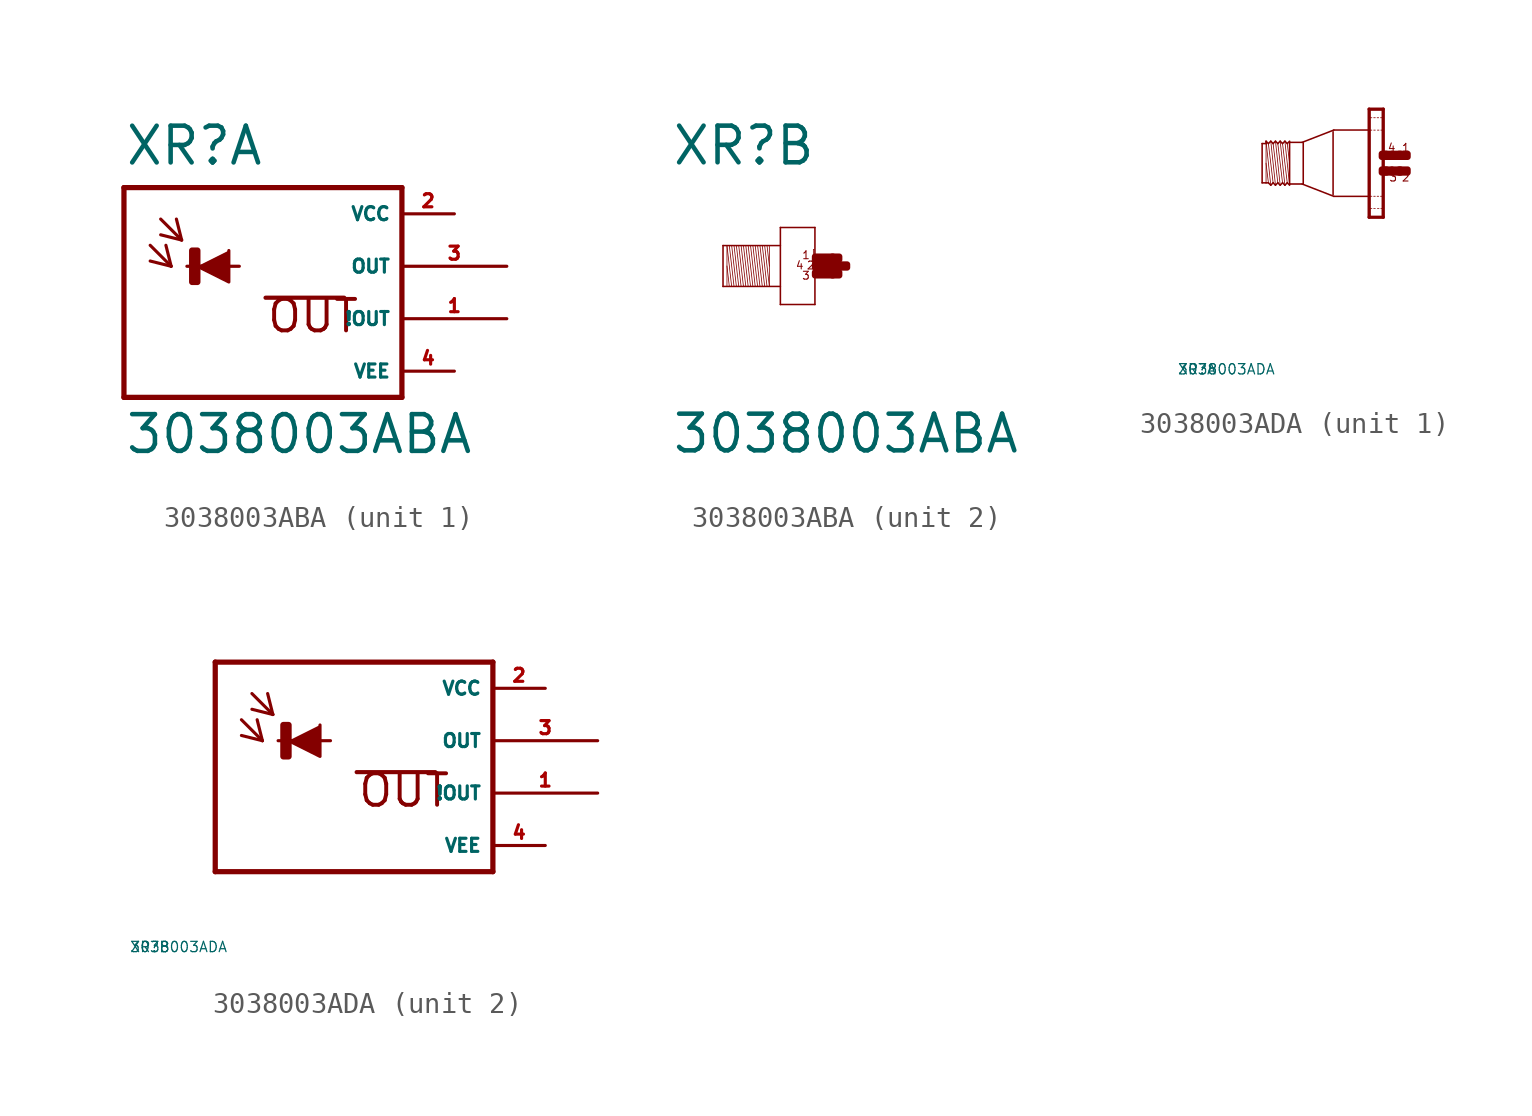
<source format=kicad_sym>
(kicad_symbol_lib
  (version 20220914)
  (generator Eagle2Kicad)
  (symbol "3038003ABA"
    (property "Reference" "XR"
      (at -5.842 4.801 0)
      (effects (font (size 1.778 1.778) (thickness 0.22)) (justify left bottom)))
    (property "Value" "3038003ABA"
      (at -5.842 -9.169 0)
      (effects (font (size 1.778 1.778) (thickness 0.22)) (justify left bottom)))
    (symbol "3038003ABA_1_0"
      (polyline (pts (xy -2.286 0) (xy -0.762 -0.762) (xy -0.762 0.762)) (stroke (width 0.152) (type default)) (fill (type outline)))
      (polyline (pts (xy -4.572 1.016) (xy -3.556 0)) (stroke (width 0.152) (type default)) (fill (type none)))
      (polyline (pts (xy -3.556 0) (xy -3.81 1.016)) (stroke (width 0.152) (type default)) (fill (type none)))
      (polyline (pts (xy -3.556 0) (xy -4.572 0.254)) (stroke (width 0.152) (type default)) (fill (type none)))
      (polyline (pts (xy -4.064 2.286) (xy -3.048 1.27)) (stroke (width 0.152) (type default)) (fill (type none)))
      (polyline (pts (xy -3.048 1.27) (xy -3.302 2.286)) (stroke (width 0.152) (type default)) (fill (type none)))
      (polyline (pts (xy -3.048 1.27) (xy -4.064 1.524)) (stroke (width 0.152) (type default)) (fill (type none)))
      (polyline (pts (xy 7.62 3.81) (xy 7.62 -6.35)) (stroke (width 0.254) (type default)) (fill (type none)))
      (polyline (pts (xy 7.62 -6.35) (xy -5.842 -6.35)) (stroke (width 0.254) (type default)) (fill (type none)))
      (polyline (pts (xy -5.842 -6.35) (xy -5.842 3.81)) (stroke (width 0.254) (type default)) (fill (type none)))
      (polyline (pts (xy -5.842 3.81) (xy 7.62 3.81)) (stroke (width 0.254) (type default)) (fill (type none)))
      (polyline (pts (xy -2.794 0) (xy -0.254 0)) (stroke (width 0.152) (type default)) (fill (type none)))
      (polyline (pts (xy 1.016 -1.524) (xy 4.826 -1.524)) (stroke (width 0.203) (type default)) (fill (type none)))
      (text "OUT" (at 1.016 -3.302 0) (effects (font (size 1.524 1.524) (thickness 0.19)) (justify left bottom)))
      (rectangle (start -2.54 -0.762) (end -2.286 0.762) (stroke (width 0.3) (type default)) (fill (type outline)))
      (pin unspecified line (at 10.16 2.54 180) (length 2.54) (name "VCC" (effects (font (size 0.635 0.635) (thickness 0.08)) (justify left bottom))) (number "2" (effects (font (size 0.635 0.635) (thickness 0.08)) (justify left bottom))))
      (pin unspecified line (at 10.16 -5.08 180) (length 2.54) (name "VEE" (effects (font (size 0.635 0.635) (thickness 0.08)) (justify left bottom))) (number "4" (effects (font (size 0.635 0.635) (thickness 0.08)) (justify left bottom))))
      (pin output line (at 12.7 0 180) (length 5.08) (name "OUT" (effects (font (size 0.635 0.635) (thickness 0.08)) (justify left bottom))) (number "3" (effects (font (size 0.635 0.635) (thickness 0.08)) (justify left bottom))))
      (pin output line (at 12.7 -2.54 180) (length 5.08) (name "!OUT" (effects (font (size 0.635 0.635) (thickness 0.08)) (justify left bottom))) (number "1" (effects (font (size 0.635 0.635) (thickness 0.08)) (justify left bottom)))))
    (symbol "3038003ABA_2_0"
      (polyline (pts (xy -1.067 0.953) (xy -1.067 0)) (stroke (width 0.038) (type default)) (fill (type none)))
      (polyline (pts (xy -1.067 0) (xy -1.067 -0.991)) (stroke (width 0.038) (type default)) (fill (type none)))
      (polyline (pts (xy -1.067 -0.991) (xy -1.295 0.991)) (stroke (width 0.038) (type default)) (fill (type none)))
      (polyline (pts (xy -1.181 0.991) (xy -1.067 0)) (stroke (width 0.038) (type default)) (fill (type none)))
      (polyline (pts (xy -1.181 -0.991) (xy -1.41 0.991)) (stroke (width 0.038) (type default)) (fill (type none)))
      (polyline (pts (xy -1.295 -0.991) (xy -1.524 0.991)) (stroke (width 0.038) (type default)) (fill (type none)))
      (polyline (pts (xy -1.41 -0.991) (xy -1.638 0.991)) (stroke (width 0.038) (type default)) (fill (type none)))
      (polyline (pts (xy -1.524 -0.991) (xy -1.753 0.991)) (stroke (width 0.038) (type default)) (fill (type none)))
      (polyline (pts (xy -1.638 -0.991) (xy -1.867 0.991)) (stroke (width 0.038) (type default)) (fill (type none)))
      (polyline (pts (xy -1.753 -0.991) (xy -1.981 0.991)) (stroke (width 0.038) (type default)) (fill (type none)))
      (polyline (pts (xy -1.867 -0.991) (xy -2.095 0.991)) (stroke (width 0.038) (type default)) (fill (type none)))
      (polyline (pts (xy -1.981 -0.991) (xy -2.21 0.991)) (stroke (width 0.038) (type default)) (fill (type none)))
      (polyline (pts (xy -2.095 -0.991) (xy -2.324 0.991)) (stroke (width 0.038) (type default)) (fill (type none)))
      (polyline (pts (xy -2.21 -0.991) (xy -2.438 0.991)) (stroke (width 0.038) (type default)) (fill (type none)))
      (polyline (pts (xy -2.324 -0.991) (xy -2.553 0.991)) (stroke (width 0.038) (type default)) (fill (type none)))
      (polyline (pts (xy -2.438 -0.991) (xy -2.667 0.991)) (stroke (width 0.038) (type default)) (fill (type none)))
      (polyline (pts (xy -2.553 -0.991) (xy -2.781 0.991)) (stroke (width 0.038) (type default)) (fill (type none)))
      (polyline (pts (xy -2.667 -0.991) (xy -2.896 0.991)) (stroke (width 0.038) (type default)) (fill (type none)))
      (polyline (pts (xy -2.781 -0.991) (xy -3.01 0.991)) (stroke (width 0.038) (type default)) (fill (type none)))
      (polyline (pts (xy -2.896 -0.991) (xy -3.124 0.991)) (stroke (width 0.038) (type default)) (fill (type none)))
      (polyline (pts (xy -3.124 0) (xy -3.01 -0.991)) (stroke (width 0.038) (type default)) (fill (type none)))
      (polyline (pts (xy -3.124 0.953) (xy -3.124 -0.953)) (stroke (width 0.038) (type default)) (fill (type none)))
      (polyline (pts (xy -3.315 -0.991) (xy -3.315 0.991)) (stroke (width 0.076) (type default)) (fill (type none)))
      (polyline (pts (xy -3.315 0.991) (xy -0.533 0.991)) (stroke (width 0.076) (type default)) (fill (type none)))
      (polyline (pts (xy -0.533 -0.991) (xy -3.315 -0.991)) (stroke (width 0.076) (type default)) (fill (type none)))
      (polyline (pts (xy -0.533 1.867) (xy -0.533 -1.867)) (stroke (width 0.076) (type default)) (fill (type none)))
      (polyline (pts (xy -0.533 -1.867) (xy 1.143 -1.867)) (stroke (width 0.076) (type default)) (fill (type none)))
      (polyline (pts (xy 1.143 -1.867) (xy 1.143 1.867)) (stroke (width 0.076) (type default)) (fill (type none)))
      (polyline (pts (xy 1.143 1.867) (xy -0.533 1.867)) (stroke (width 0.076) (type default)) (fill (type none)))
      (polyline (pts (xy 1.067 0.8) (xy 1.105 0.8)) (stroke (width 0.038) (type default)) (fill (type none)))
      (polyline (pts (xy 1.105 0.495) (xy 1.067 0.495)) (stroke (width 0.038) (type default)) (fill (type none)))
      (polyline (pts (xy 1.067 0.495) (xy 1.067 0.8)) (stroke (width 0.038) (type default)) (fill (type none)))
      (text "1" (at 0.495 0.305 0) (effects (font (size 0.381 0.381) (thickness 0.05)) (justify left bottom)))
      (text "2" (at 0.724 -0.191 0) (effects (font (size 0.381 0.381) (thickness 0.05)) (justify left bottom)))
      (text "3" (at 0.495 -0.686 0) (effects (font (size 0.381 0.381) (thickness 0.05)) (justify left bottom)))
      (text "4" (at 0.191 -0.191 0) (effects (font (size 0.381 0.381) (thickness 0.05)) (justify left bottom)))
      (rectangle (start 1.143 -0.076) (end 1.638 0.076) (stroke (width 0.3) (type default)) (fill (type outline)))
      (rectangle (start 1.143 0.305) (end 2.019 0.457) (stroke (width 0.3) (type default)) (fill (type outline)))
      (rectangle (start 1.143 -0.457) (end 2.019 -0.305) (stroke (width 0.3) (type default)) (fill (type outline)))
      (rectangle (start 1.981 -0.457) (end 2.324 -0.305) (stroke (width 0.3) (type default)) (fill (type outline)))
      (rectangle (start 1.6 -0.076) (end 1.943 0.076) (stroke (width 0.3) (type default)) (fill (type outline)))
      (rectangle (start 1.981 0.305) (end 2.324 0.457) (stroke (width 0.3) (type default)) (fill (type outline)))
      (rectangle (start 1.905 -0.076) (end 2.705 0.076) (stroke (width 0.3) (type default)) (fill (type outline)))))
  (symbol "3038003ADA"
    (property "Reference" "XR"
      (at -10 -10 0)
      (effects (font (size 0.5 0.5) (thickness 0.06)) (justify left)))
    (property "Value" "3038003ADA"
      (at -10 -10 0)
      (effects (font (size 0.5 0.5) (thickness 0.06)) (justify left)))
    (symbol "3038003ADA_1_0"
      (polyline (pts (xy -4.548 -1.067) (xy -4.777 1.067)) (stroke (width 0.038) (type default)) (fill (type none)))
      (polyline (pts (xy -4.662 0.953) (xy -4.548 0)) (stroke (width 0.038) (type default)) (fill (type none)))
      (polyline (pts (xy -4.662 -0.953) (xy -4.891 0.953)) (stroke (width 0.038) (type default)) (fill (type none)))
      (polyline (pts (xy -4.777 -1.067) (xy -5.005 1.067)) (stroke (width 0.038) (type default)) (fill (type none)))
      (polyline (pts (xy -4.891 -0.953) (xy -5.12 0.953)) (stroke (width 0.038) (type default)) (fill (type none)))
      (polyline (pts (xy -5.005 -1.067) (xy -5.234 1.067)) (stroke (width 0.038) (type default)) (fill (type none)))
      (polyline (pts (xy -5.12 -0.953) (xy -5.348 0.953)) (stroke (width 0.038) (type default)) (fill (type none)))
      (polyline (pts (xy -5.234 -1.067) (xy -5.462 1.067)) (stroke (width 0.038) (type default)) (fill (type none)))
      (polyline (pts (xy -5.348 -0.953) (xy -5.577 0.953)) (stroke (width 0.038) (type default)) (fill (type none)))
      (polyline (pts (xy -5.462 -1.067) (xy -5.691 1.067)) (stroke (width 0.038) (type default)) (fill (type none)))
      (polyline (pts (xy -5.691 0) (xy -5.577 -0.953)) (stroke (width 0.038) (type default)) (fill (type none)))
      (polyline (pts (xy -5.691 1.029) (xy -5.691 0.953)) (stroke (width 0.038) (type default)) (fill (type none)))
      (polyline (pts (xy -5.691 0.953) (xy -5.691 -0.953)) (stroke (width 0.038) (type default)) (fill (type none)))
      (polyline (pts (xy -5.881 -0.953) (xy -5.881 0.953)) (stroke (width 0.076) (type default)) (fill (type none)))
      (polyline (pts (xy -5.881 0.953) (xy -5.691 0.953)) (stroke (width 0.076) (type default)) (fill (type none)))
      (polyline (pts (xy -5.691 0.953) (xy -5.691 1.067)) (stroke (width 0.076) (type default)) (fill (type none)))
      (polyline (pts (xy -5.691 1.067) (xy -5.577 0.953)) (stroke (width 0.076) (type default)) (fill (type none)))
      (polyline (pts (xy -5.577 0.953) (xy -5.462 1.067)) (stroke (width 0.076) (type default)) (fill (type none)))
      (polyline (pts (xy -5.462 1.067) (xy -5.348 0.953)) (stroke (width 0.076) (type default)) (fill (type none)))
      (polyline (pts (xy -5.348 0.953) (xy -5.234 1.067)) (stroke (width 0.076) (type default)) (fill (type none)))
      (polyline (pts (xy -5.234 1.067) (xy -5.12 0.953)) (stroke (width 0.076) (type default)) (fill (type none)))
      (polyline (pts (xy -5.12 0.953) (xy -5.005 1.067)) (stroke (width 0.076) (type default)) (fill (type none)))
      (polyline (pts (xy -4.777 1.067) (xy -4.662 0.953)) (stroke (width 0.076) (type default)) (fill (type none)))
      (polyline (pts (xy -4.662 0.953) (xy -4.548 1.067)) (stroke (width 0.076) (type default)) (fill (type none)))
      (polyline (pts (xy -4.548 -1.067) (xy -4.662 -0.953)) (stroke (width 0.076) (type default)) (fill (type none)))
      (polyline (pts (xy -4.662 -0.953) (xy -4.777 -1.067)) (stroke (width 0.076) (type default)) (fill (type none)))
      (polyline (pts (xy -4.777 -1.067) (xy -4.891 -0.953)) (stroke (width 0.076) (type default)) (fill (type none)))
      (polyline (pts (xy -4.891 -0.953) (xy -5.005 -1.067)) (stroke (width 0.076) (type default)) (fill (type none)))
      (polyline (pts (xy -5.005 -1.067) (xy -5.12 -0.953)) (stroke (width 0.076) (type default)) (fill (type none)))
      (polyline (pts (xy -5.12 -0.953) (xy -5.234 -1.067)) (stroke (width 0.076) (type default)) (fill (type none)))
      (polyline (pts (xy -5.234 -1.067) (xy -5.348 -0.953)) (stroke (width 0.076) (type default)) (fill (type none)))
      (polyline (pts (xy -5.348 -0.953) (xy -5.462 -1.067)) (stroke (width 0.076) (type default)) (fill (type none)))
      (polyline (pts (xy -5.462 -1.067) (xy -5.577 -0.953)) (stroke (width 0.076) (type default)) (fill (type none)))
      (polyline (pts (xy -5.577 -0.953) (xy -5.691 -0.953)) (stroke (width 0.076) (type default)) (fill (type none)))
      (polyline (pts (xy -5.691 -0.953) (xy -5.881 -0.953)) (stroke (width 0.076) (type default)) (fill (type none)))
      (polyline (pts (xy -4.548 1.029) (xy -4.548 1.01)) (stroke (width 0.076) (type default)) (fill (type none)))
      (polyline (pts (xy -4.548 1.01) (xy -4.548 -1.01)) (stroke (width 0.076) (type default)) (fill (type none)))
      (polyline (pts (xy -4.548 -1.01) (xy -4.548 -1.029)) (stroke (width 0.076) (type default)) (fill (type none)))
      (polyline (pts (xy -0.038 2.594) (xy -0.038 -2.594)) (stroke (width 0.076) (type default)) (fill (type none)))
      (polyline (pts (xy -0.038 -2.594) (xy -0.655 -2.594)) (stroke (width 0.076) (type default)) (fill (type none)))
      (polyline (pts (xy -0.655 -2.594) (xy -0.655 2.594)) (stroke (width 0.076) (type default)) (fill (type none)))
      (polyline (pts (xy -0.655 2.594) (xy -0.038 2.594)) (stroke (width 0.076) (type default)) (fill (type none)))
      (polyline (pts (xy -0.699 1.61) (xy -2.4 1.61)) (stroke (width 0.076) (type default)) (fill (type none)))
      (polyline (pts (xy -2.4 1.61) (xy -3.938 1.012)) (stroke (width 0.076) (type default)) (fill (type none)))
      (polyline (pts (xy -0.669 -1.61) (xy -2.4 -1.61)) (stroke (width 0.076) (type default)) (fill (type none)))
      (polyline (pts (xy -2.4 -1.61) (xy -3.938 -1.012)) (stroke (width 0.076) (type default)) (fill (type none)))
      (polyline (pts (xy -3.938 -1.01) (xy -4.548 -1.01)) (stroke (width 0.076) (type default)) (fill (type none)))
      (polyline (pts (xy -4.548 1.01) (xy -3.938 1.01)) (stroke (width 0.076) (type default)) (fill (type none)))
      (polyline (pts (xy -4.777 1.067) (xy -4.891 0.953)) (stroke (width 0.076) (type default)) (fill (type none)))
      (polyline (pts (xy -4.891 0.953) (xy -5.005 1.067)) (stroke (width 0.076) (type default)) (fill (type none)))
      (polyline (pts (xy 0 -2.625) (xy -0.69 -2.625)) (stroke (width 0) (type default)) (fill (type none)))
      (polyline (pts (xy 0 -2.625) (xy 0 2.625)) (stroke (width 0) (type default)) (fill (type none)))
      (polyline (pts (xy 0 2.625) (xy -0.69 2.625)) (stroke (width 0) (type default)) (fill (type none)))
      (polyline (pts (xy -0.69 2.625) (xy -0.69 -2.625)) (stroke (width 0) (type default)) (fill (type none)))
      (polyline (pts (xy -0.039 -1.605) (xy -0.135 -1.605)) (stroke (width 0.038) (type default)) (fill (type none)))
      (polyline (pts (xy -0.225 -1.605) (xy -0.3 -1.605)) (stroke (width 0.038) (type default)) (fill (type none)))
      (polyline (pts (xy -0.39 -1.605) (xy -0.465 -1.605)) (stroke (width 0.038) (type default)) (fill (type none)))
      (polyline (pts (xy -0.555 -1.605) (xy -0.633 -1.605)) (stroke (width 0.038) (type default)) (fill (type none)))
      (polyline (pts (xy -0.039 -2.205) (xy -0.12 -2.205)) (stroke (width 0.038) (type default)) (fill (type none)))
      (polyline (pts (xy -0.21 -2.205) (xy -0.285 -2.205)) (stroke (width 0.038) (type default)) (fill (type none)))
      (polyline (pts (xy -0.39 -2.205) (xy -0.465 -2.205)) (stroke (width 0.038) (type default)) (fill (type none)))
      (polyline (pts (xy -0.555 -2.205) (xy -0.633 -2.205)) (stroke (width 0.038) (type default)) (fill (type none)))
      (polyline (pts (xy -0.039 2.205) (xy -0.135 2.205)) (stroke (width 0.038) (type default)) (fill (type none)))
      (polyline (pts (xy -0.225 2.205) (xy -0.3 2.205)) (stroke (width 0.038) (type default)) (fill (type none)))
      (polyline (pts (xy -0.39 2.205) (xy -0.465 2.205)) (stroke (width 0.038) (type default)) (fill (type none)))
      (polyline (pts (xy -0.555 2.205) (xy -0.633 2.205)) (stroke (width 0.038) (type default)) (fill (type none)))
      (polyline (pts (xy -0.039 1.605) (xy -0.12 1.605)) (stroke (width 0.038) (type default)) (fill (type none)))
      (polyline (pts (xy -0.21 1.605) (xy -0.285 1.605)) (stroke (width 0.038) (type default)) (fill (type none)))
      (polyline (pts (xy -0.39 1.605) (xy -0.465 1.605)) (stroke (width 0.038) (type default)) (fill (type none)))
      (polyline (pts (xy -0.555 1.605) (xy -0.633 1.605)) (stroke (width 0.038) (type default)) (fill (type none)))
      (polyline (pts (xy -3.886 0.991) (xy -3.886 -0.991)) (stroke (width 0.076) (type default)) (fill (type none)))
      (polyline (pts (xy -2.438 1.524) (xy -2.438 -1.524)) (stroke (width 0.076) (type default)) (fill (type none)))
      (text "1" (at 0.876 0.533 0) (effects (font (size 0.381 0.381) (thickness 0.05)) (justify left bottom)))
      (text "3" (at 0.267 -0.914 0) (effects (font (size 0.381 0.381) (thickness 0.05)) (justify left bottom)))
      (text "2" (at 0.876 -0.914 0) (effects (font (size 0.381 0.381) (thickness 0.05)) (justify left bottom)))
      (text "4" (at 0.191 0.533 0) (effects (font (size 0.381 0.381) (thickness 0.05)) (justify left bottom)))
      (rectangle (start 0.838 -0.457) (end 1.181 -0.305) (stroke (width 0.3) (type default)) (fill (type outline)))
      (rectangle (start 0.419 -0.457) (end 0.762 -0.305) (stroke (width 0.3) (type default)) (fill (type outline)))
      (rectangle (start 0.076 -0.457) (end 0.419 -0.305) (stroke (width 0.3) (type default)) (fill (type outline)))
      (rectangle (start -0.076 -0.457) (end 0.152 -0.305) (stroke (width 0.3) (type default)) (fill (type outline)))
      (rectangle (start 0.762 -0.457) (end 0.838 -0.305) (stroke (width 0.3) (type default)) (fill (type outline)))
      (rectangle (start 0.838 0.305) (end 1.181 0.457) (stroke (width 0.3) (type default)) (fill (type outline)))
      (rectangle (start 0.762 0.305) (end 0.838 0.457) (stroke (width 0.3) (type default)) (fill (type outline)))
      (rectangle (start 0.419 0.305) (end 0.762 0.457) (stroke (width 0.3) (type default)) (fill (type outline)))
      (rectangle (start 0.076 0.305) (end 0.419 0.457) (stroke (width 0.3) (type default)) (fill (type outline)))
      (rectangle (start -0.076 0.305) (end 0.152 0.457) (stroke (width 0.3) (type default)) (fill (type outline))))
    (symbol "3038003ADA_2_0"
      (polyline (pts (xy -2.286 0) (xy -0.762 -0.762) (xy -0.762 0.762)) (stroke (width 0.152) (type default)) (fill (type outline)))
      (polyline (pts (xy -4.572 1.016) (xy -3.556 0)) (stroke (width 0.152) (type default)) (fill (type none)))
      (polyline (pts (xy -3.556 0) (xy -3.81 1.016)) (stroke (width 0.152) (type default)) (fill (type none)))
      (polyline (pts (xy -3.556 0) (xy -4.572 0.254)) (stroke (width 0.152) (type default)) (fill (type none)))
      (polyline (pts (xy -4.064 2.286) (xy -3.048 1.27)) (stroke (width 0.152) (type default)) (fill (type none)))
      (polyline (pts (xy -3.048 1.27) (xy -3.302 2.286)) (stroke (width 0.152) (type default)) (fill (type none)))
      (polyline (pts (xy -3.048 1.27) (xy -4.064 1.524)) (stroke (width 0.152) (type default)) (fill (type none)))
      (polyline (pts (xy 7.62 3.81) (xy 7.62 -6.35)) (stroke (width 0.254) (type default)) (fill (type none)))
      (polyline (pts (xy 7.62 -6.35) (xy -5.842 -6.35)) (stroke (width 0.254) (type default)) (fill (type none)))
      (polyline (pts (xy -5.842 -6.35) (xy -5.842 3.81)) (stroke (width 0.254) (type default)) (fill (type none)))
      (polyline (pts (xy -5.842 3.81) (xy 7.62 3.81)) (stroke (width 0.254) (type default)) (fill (type none)))
      (polyline (pts (xy -2.794 0) (xy -0.254 0)) (stroke (width 0.152) (type default)) (fill (type none)))
      (polyline (pts (xy 1.016 -1.524) (xy 4.826 -1.524)) (stroke (width 0.203) (type default)) (fill (type none)))
      (text "OUT" (at 1.016 -3.302 0) (effects (font (size 1.524 1.524) (thickness 0.19)) (justify left bottom)))
      (rectangle (start -2.54 -0.762) (end -2.286 0.762) (stroke (width 0.3) (type default)) (fill (type outline)))
      (pin unspecified line (at 10.16 2.54 180) (length 2.54) (name "VCC" (effects (font (size 0.635 0.635) (thickness 0.08)) (justify left bottom))) (number "2" (effects (font (size 0.635 0.635) (thickness 0.08)) (justify left bottom))))
      (pin unspecified line (at 10.16 -5.08 180) (length 2.54) (name "VEE" (effects (font (size 0.635 0.635) (thickness 0.08)) (justify left bottom))) (number "4" (effects (font (size 0.635 0.635) (thickness 0.08)) (justify left bottom))))
      (pin output line (at 12.7 0 180) (length 5.08) (name "OUT" (effects (font (size 0.635 0.635) (thickness 0.08)) (justify left bottom))) (number "3" (effects (font (size 0.635 0.635) (thickness 0.08)) (justify left bottom))))
      (pin output line (at 12.7 -2.54 180) (length 5.08) (name "!OUT" (effects (font (size 0.635 0.635) (thickness 0.08)) (justify left bottom))) (number "1" (effects (font (size 0.635 0.635) (thickness 0.08)) (justify left bottom)))))))
</source>
